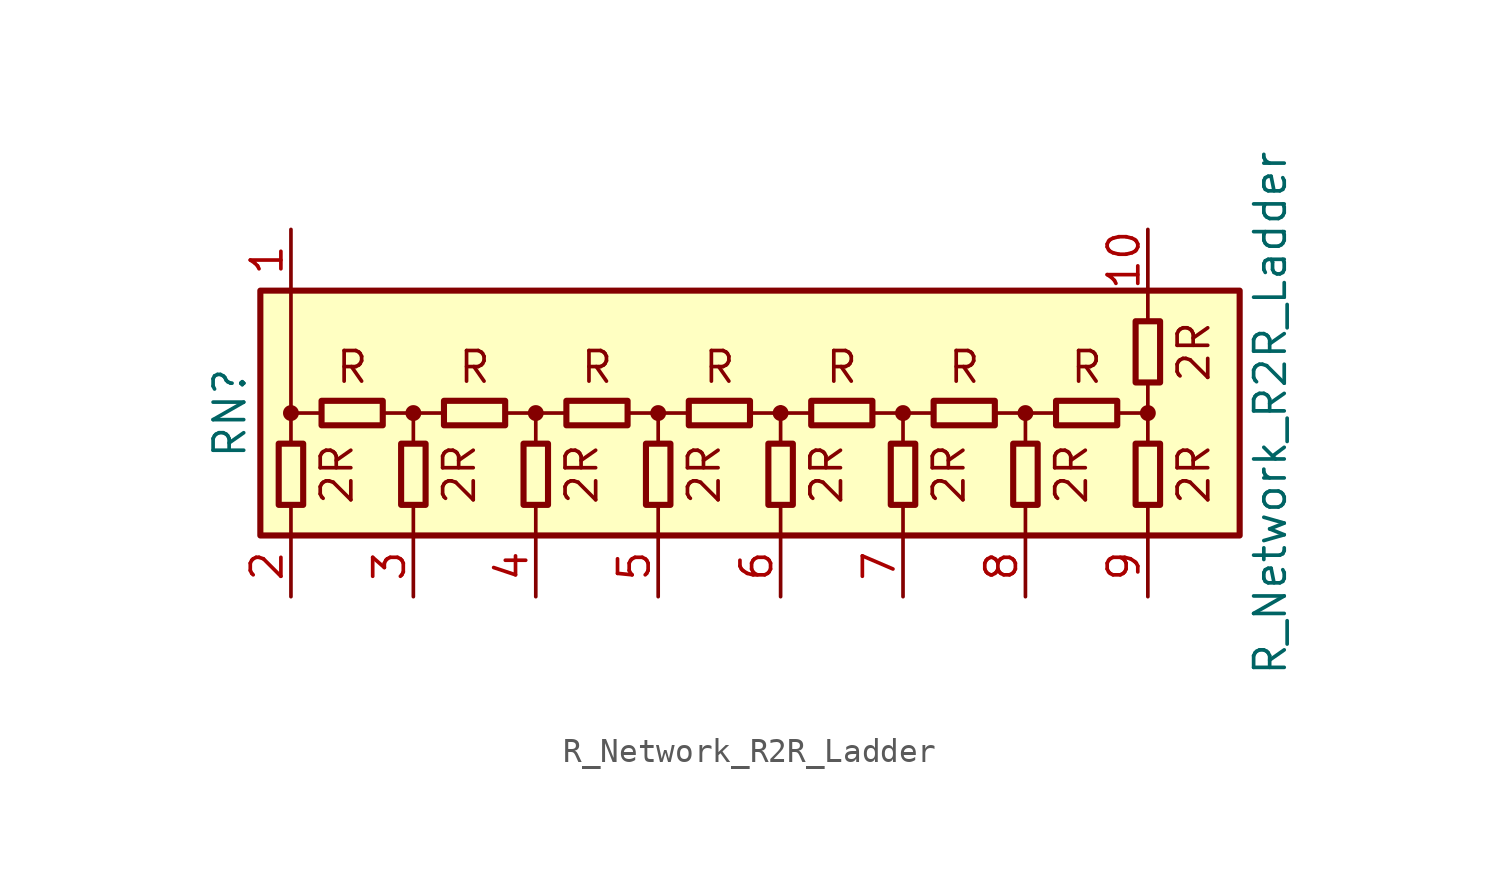
<source format=kicad_sym>
(kicad_symbol_lib
  (version 20211014)
  (generator kicad_symbol_editor)
  (symbol "R_Network_R2R_Ladder"
    (pin_names
      (offset 0) hide)
    (property "Reference" "RN"
      (at -22.86 0 90)
      (effects (font (size 1.27 1.27))))
    (property "Value" "R_Network_R2R_Ladder"
      (at 20.32 0 90)
      (effects (font (size 1.27 1.27))))
    (symbol "R_Network_R2R_Ladder_0_0"
      (text "2R" (at -18.415 -2.54 900) (effects (font (size 1.27 1.27))))
      (text "2R" (at -13.335 -2.54 900) (effects (font (size 1.27 1.27))))
      (text "2R" (at -8.255 -2.54 900) (effects (font (size 1.27 1.27))))
      (text "2R" (at -3.175 -2.54 900) (effects (font (size 1.27 1.27))))
      (text "2R" (at 1.905 -2.54 900) (effects (font (size 1.27 1.27))))
      (text "2R" (at 6.985 -2.54 900) (effects (font (size 1.27 1.27))))
      (text "2R" (at 12.065 -2.54 900) (effects (font (size 1.27 1.27))))
      (text "2R" (at 17.145 -2.54 900) (effects (font (size 1.27 1.27))))
      (text "2R" (at 17.145 2.54 900) (effects (font (size 1.27 1.27))))
      (text "R" (at -17.78 1.905 0) (effects (font (size 1.27 1.27))))
      (text "R" (at -12.7 1.905 0) (effects (font (size 1.27 1.27))))
      (text "R" (at -7.62 1.905 0) (effects (font (size 1.27 1.27))))
      (text "R" (at -2.54 1.905 0) (effects (font (size 1.27 1.27))))
      (text "R" (at 2.54 1.905 0) (effects (font (size 1.27 1.27))))
      (text "R" (at 7.62 1.905 0) (effects (font (size 1.27 1.27))))
      (text "R" (at 12.7 1.905 0) (effects (font (size 1.27 1.27)))))
    (symbol "R_Network_R2R_Ladder_0_1"
      (rectangle (start -21.59 -5.08) (end 19.05 5.08) (stroke (width 0.254) (type default) (color 0 0 0 0)) (fill (type background)))
      (rectangle (start -20.828 -3.81) (end -19.812 -1.27) (stroke (width 0.254) (type default) (color 0 0 0 0)) (fill (type none)))
      (circle (center -20.32 0) (radius 0.254) (stroke (width 0) (type default) (color 0 0 0 0)) (fill (type outline)))
      (rectangle (start -19.05 -0.508) (end -16.51 0.508) (stroke (width 0.254) (type default) (color 0 0 0 0)) (fill (type none)))
      (rectangle (start -15.748 -3.81) (end -14.732 -1.27) (stroke (width 0.254) (type default) (color 0 0 0 0)) (fill (type none)))
      (circle (center -15.24 0) (radius 0.254) (stroke (width 0) (type default) (color 0 0 0 0)) (fill (type outline)))
      (rectangle (start -13.97 -0.508) (end -11.43 0.508) (stroke (width 0.254) (type default) (color 0 0 0 0)) (fill (type none)))
      (rectangle (start -10.668 -1.27) (end -9.652 -3.81) (stroke (width 0.254) (type default) (color 0 0 0 0)) (fill (type none)))
      (circle (center -10.16 0) (radius 0.254) (stroke (width 0) (type default) (color 0 0 0 0)) (fill (type outline)))
      (rectangle (start -8.89 0.508) (end -6.35 -0.508) (stroke (width 0.254) (type default) (color 0 0 0 0)) (fill (type none)))
      (rectangle (start -5.588 -3.81) (end -4.572 -1.27) (stroke (width 0.254) (type default) (color 0 0 0 0)) (fill (type none)))
      (circle (center -5.08 0) (radius 0.254) (stroke (width 0) (type default) (color 0 0 0 0)) (fill (type outline)))
      (rectangle (start -3.81 -0.508) (end -1.27 0.508) (stroke (width 0.254) (type default) (color 0 0 0 0)) (fill (type none)))
      (rectangle (start -0.508 -3.81) (end 0.508 -1.27) (stroke (width 0.254) (type default) (color 0 0 0 0)) (fill (type none)))
      (polyline (pts (xy -20.32 -5.08) (xy -20.32 -3.81)) (stroke (width 0) (type default) (color 0 0 0 0)) (fill (type none)))
      (polyline (pts (xy -20.32 -1.27) (xy -20.32 5.08)) (stroke (width 0) (type default) (color 0 0 0 0)) (fill (type none)))
      (polyline (pts (xy -20.32 0) (xy -19.05 0)) (stroke (width 0) (type default) (color 0 0 0 0)) (fill (type none)))
      (polyline (pts (xy -16.51 0) (xy -15.24 0)) (stroke (width 0) (type default) (color 0 0 0 0)) (fill (type none)))
      (polyline (pts (xy -15.24 -5.08) (xy -15.24 -3.81)) (stroke (width 0) (type default) (color 0 0 0 0)) (fill (type none)))
      (polyline (pts (xy -15.24 0) (xy -15.24 -1.27)) (stroke (width 0) (type default) (color 0 0 0 0)) (fill (type none)))
      (polyline (pts (xy -15.24 0) (xy -13.97 0)) (stroke (width 0) (type default) (color 0 0 0 0)) (fill (type none)))
      (polyline (pts (xy -11.43 0) (xy -10.16 0)) (stroke (width 0) (type default) (color 0 0 0 0)) (fill (type none)))
      (polyline (pts (xy -10.16 -5.08) (xy -10.16 -3.81)) (stroke (width 0) (type default) (color 0 0 0 0)) (fill (type none)))
      (polyline (pts (xy -10.16 0) (xy -10.16 -1.27)) (stroke (width 0) (type default) (color 0 0 0 0)) (fill (type none)))
      (polyline (pts (xy -10.16 0) (xy -8.89 0)) (stroke (width 0) (type default) (color 0 0 0 0)) (fill (type none)))
      (polyline (pts (xy -6.35 0) (xy -5.08 0)) (stroke (width 0) (type default) (color 0 0 0 0)) (fill (type none)))
      (polyline (pts (xy -5.08 -5.08) (xy -5.08 -3.81)) (stroke (width 0) (type default) (color 0 0 0 0)) (fill (type none)))
      (polyline (pts (xy -5.08 0) (xy -5.08 -1.27)) (stroke (width 0) (type default) (color 0 0 0 0)) (fill (type none)))
      (polyline (pts (xy -5.08 0) (xy -3.81 0)) (stroke (width 0) (type default) (color 0 0 0 0)) (fill (type none)))
      (polyline (pts (xy -1.27 0) (xy 0 0)) (stroke (width 0) (type default) (color 0 0 0 0)) (fill (type none)))
      (polyline (pts (xy 0 -5.08) (xy 0 -3.81)) (stroke (width 0) (type default) (color 0 0 0 0)) (fill (type none)))
      (polyline (pts (xy 0 0) (xy 1.27 0)) (stroke (width 0) (type default) (color 0 0 0 0)) (fill (type none)))
      (polyline (pts (xy 0 0.254) (xy 0 -1.27)) (stroke (width 0) (type default) (color 0 0 0 0)) (fill (type none)))
      (polyline (pts (xy 3.81 0) (xy 5.08 0)) (stroke (width 0) (type default) (color 0 0 0 0)) (fill (type none)))
      (polyline (pts (xy 5.08 -5.08) (xy 5.08 -3.81)) (stroke (width 0) (type default) (color 0 0 0 0)) (fill (type none)))
      (polyline (pts (xy 5.08 0) (xy 5.08 -1.27)) (stroke (width 0) (type default) (color 0 0 0 0)) (fill (type none)))
      (polyline (pts (xy 5.08 0) (xy 6.35 0)) (stroke (width 0) (type default) (color 0 0 0 0)) (fill (type none)))
      (polyline (pts (xy 8.89 0) (xy 10.16 0)) (stroke (width 0) (type default) (color 0 0 0 0)) (fill (type none)))
      (polyline (pts (xy 10.16 -5.08) (xy 10.16 -3.81)) (stroke (width 0) (type default) (color 0 0 0 0)) (fill (type none)))
      (polyline (pts (xy 10.16 0) (xy 10.16 -1.27)) (stroke (width 0) (type default) (color 0 0 0 0)) (fill (type none)))
      (polyline (pts (xy 10.16 0) (xy 11.43 0)) (stroke (width 0) (type default) (color 0 0 0 0)) (fill (type none)))
      (polyline (pts (xy 13.97 0) (xy 15.24 0)) (stroke (width 0) (type default) (color 0 0 0 0)) (fill (type none)))
      (polyline (pts (xy 15.24 -5.08) (xy 15.24 -3.81)) (stroke (width 0) (type default) (color 0 0 0 0)) (fill (type none)))
      (polyline (pts (xy 15.24 0) (xy 15.24 -1.27)) (stroke (width 0) (type default) (color 0 0 0 0)) (fill (type none)))
      (polyline (pts (xy 15.24 1.27) (xy 15.24 0)) (stroke (width 0) (type default) (color 0 0 0 0)) (fill (type none)))
      (polyline (pts (xy 15.24 3.81) (xy 15.24 5.08)) (stroke (width 0) (type default) (color 0 0 0 0)) (fill (type none)))
      (circle (center 0 0) (radius 0.254) (stroke (width 0) (type default) (color 0 0 0 0)) (fill (type outline)))
      (rectangle (start 1.27 -0.508) (end 3.81 0.508) (stroke (width 0.254) (type default) (color 0 0 0 0)) (fill (type none)))
      (rectangle (start 4.572 -3.81) (end 5.588 -1.27) (stroke (width 0.254) (type default) (color 0 0 0 0)) (fill (type none)))
      (circle (center 5.08 0) (radius 0.254) (stroke (width 0) (type default) (color 0 0 0 0)) (fill (type outline)))
      (rectangle (start 6.35 -0.508) (end 8.89 0.508) (stroke (width 0.254) (type default) (color 0 0 0 0)) (fill (type none)))
      (rectangle (start 9.652 -3.81) (end 10.668 -1.27) (stroke (width 0.254) (type default) (color 0 0 0 0)) (fill (type none)))
      (circle (center 10.16 0) (radius 0.254) (stroke (width 0) (type default) (color 0 0 0 0)) (fill (type outline)))
      (rectangle (start 11.43 -0.508) (end 13.97 0.508) (stroke (width 0.254) (type default) (color 0 0 0 0)) (fill (type none)))
      (rectangle (start 14.732 -3.81) (end 15.748 -1.27) (stroke (width 0.254) (type default) (color 0 0 0 0)) (fill (type none)))
      (rectangle (start 14.732 1.27) (end 15.748 3.81) (stroke (width 0.254) (type default) (color 0 0 0 0)) (fill (type none)))
      (circle (center 15.24 0) (radius 0.254) (stroke (width 0) (type default) (color 0 0 0 0)) (fill (type outline))))
    (symbol "R_Network_R2R_Ladder_1_1"
      (pin passive line (at -20.32 7.62 270) (length 2.54) (name "COM1" (effects (font (size 1.27 1.27)))) (number "1" (effects (font (size 1.27 1.27)))))
      (pin passive line (at 15.24 7.62 270) (length 2.54) (name "COM2" (effects (font (size 1.27 1.27)))) (number "10" (effects (font (size 1.27 1.27)))))
      (pin passive line (at -20.32 -7.62 90) (length 2.54) (name "R1" (effects (font (size 1.27 1.27)))) (number "2" (effects (font (size 1.27 1.27)))))
      (pin passive line (at -15.24 -7.62 90) (length 2.54) (name "R2" (effects (font (size 1.27 1.27)))) (number "3" (effects (font (size 1.27 1.27)))))
      (pin passive line (at -10.16 -7.62 90) (length 2.54) (name "R3" (effects (font (size 1.27 1.27)))) (number "4" (effects (font (size 1.27 1.27)))))
      (pin passive line (at -5.08 -7.62 90) (length 2.54) (name "R4" (effects (font (size 1.27 1.27)))) (number "5" (effects (font (size 1.27 1.27)))))
      (pin passive line (at 0 -7.62 90) (length 2.54) (name "R5" (effects (font (size 1.27 1.27)))) (number "6" (effects (font (size 1.27 1.27)))))
      (pin passive line (at 5.08 -7.62 90) (length 2.54) (name "R6" (effects (font (size 1.27 1.27)))) (number "7" (effects (font (size 1.27 1.27)))))
      (pin passive line (at 10.16 -7.62 90) (length 2.54) (name "R7" (effects (font (size 1.27 1.27)))) (number "8" (effects (font (size 1.27 1.27)))))
      (pin passive line (at 15.24 -7.62 90) (length 2.54) (name "R8" (effects (font (size 1.27 1.27)))) (number "9" (effects (font (size 1.27 1.27))))))))
</source>
